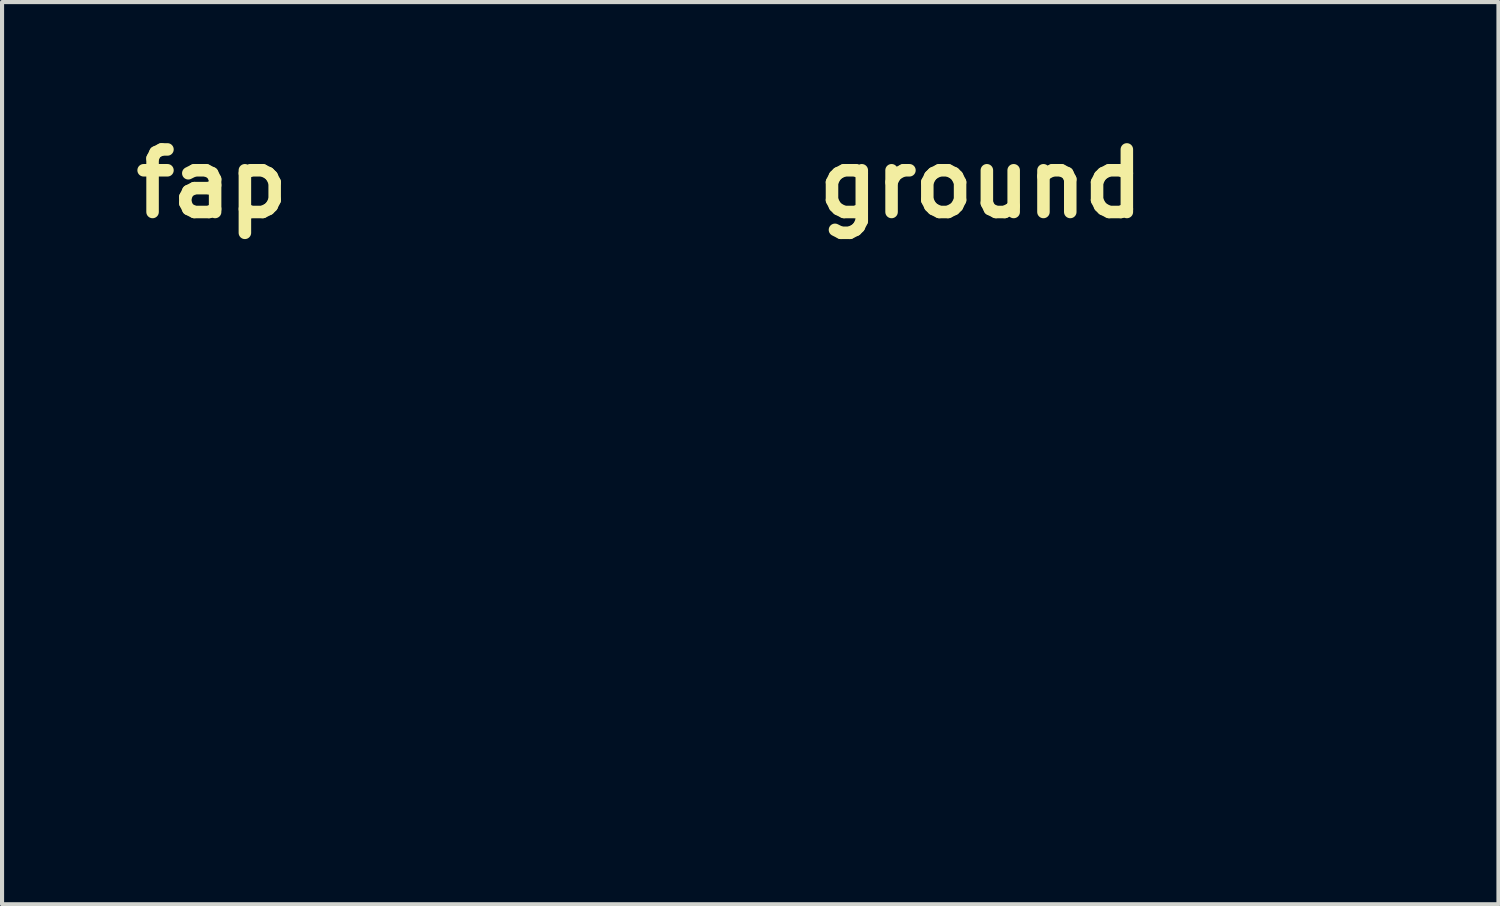
<source format=kicad_pcb>
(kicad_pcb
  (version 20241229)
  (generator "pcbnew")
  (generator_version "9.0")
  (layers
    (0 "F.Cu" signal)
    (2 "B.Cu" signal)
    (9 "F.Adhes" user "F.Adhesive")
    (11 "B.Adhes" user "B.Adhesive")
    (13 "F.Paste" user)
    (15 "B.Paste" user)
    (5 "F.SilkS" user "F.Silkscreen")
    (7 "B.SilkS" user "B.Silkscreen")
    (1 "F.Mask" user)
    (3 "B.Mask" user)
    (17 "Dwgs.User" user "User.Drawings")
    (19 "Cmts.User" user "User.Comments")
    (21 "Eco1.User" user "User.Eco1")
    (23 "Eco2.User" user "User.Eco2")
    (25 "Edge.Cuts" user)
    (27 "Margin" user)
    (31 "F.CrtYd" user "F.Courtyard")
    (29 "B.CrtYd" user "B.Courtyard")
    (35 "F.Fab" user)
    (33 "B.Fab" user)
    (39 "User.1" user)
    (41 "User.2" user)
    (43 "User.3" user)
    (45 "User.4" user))
  (footprint "fap"
    (layer "F.Cu")
    (at 2.119 4.474)
    (property "Reference" "fap" (at 0 -3.048 0) (layer "F.SilkS") (effects (font (size 1.524 1.524) (thickness 0.305))))
    (attr exclude_from_pos_files exclude_from_bom)
    (fp_poly (pts (xy 0 0) (xy 11.509 0) (xy 11.509 1.587) (xy 0 1.587) (xy 0 0)) (stroke (width 0) (type solid)) (fill yes) (layer "F.Mask"))
    (fp_poly (pts (xy 0 1.587) (xy 1.587 1.587) (xy 1.587 11.509) (xy 0 11.509) (xy 0 1.587)) (stroke (width 0) (type solid)) (fill yes) (layer "F.Mask"))
    (fp_poly (pts (xy 1.587 4.366) (xy 4.366 4.366) (xy 4.366 4.763) (xy 1.587 4.763) (xy 1.587 4.366)) (stroke (width 0) (type solid)) (fill yes) (layer "F.Mask"))
    (fp_poly (pts (xy 3.572 6.35) (xy 3.175 6.35) (xy 3.175 6.747) (xy 3.572 6.747) (xy 3.572 6.35)) (stroke (width 0) (type solid)) (fill yes) (layer "F.Mask"))
    (fp_poly (pts (xy 3.969 4.763) (xy 3.572 4.763) (xy 3.572 5.159) (xy 3.969 5.159) (xy 3.969 4.763)) (stroke (width 0) (type solid)) (fill yes) (layer "F.Mask"))
    (fp_poly (pts (xy 4.366 5.159) (xy 3.969 5.159) (xy 3.969 5.556) (xy 4.366 5.556) (xy 4.366 5.159)) (stroke (width 0) (type solid)) (fill yes) (layer "F.Mask"))
    (fp_poly (pts (xy 4.763 1.587) (xy 4.763 5.159) (xy 4.366 5.159) (xy 4.366 1.587) (xy 4.763 1.587)) (stroke (width 0) (type solid)) (fill yes) (layer "F.Mask"))
    (fp_poly (pts (xy 5.556 9.922) (xy 5.556 9.525) (xy 5.953 9.525) (xy 5.953 9.922) (xy 5.556 9.922)) (stroke (width 0) (type solid)) (fill yes) (layer "F.Mask"))
    (fp_poly (pts (xy 5.953 3.175) (xy 5.556 3.175) (xy 5.556 3.572) (xy 5.953 3.572) (xy 5.953 3.175)) (stroke (width 0) (type solid)) (fill yes) (layer "F.Mask"))
    (fp_poly (pts (xy 6.747 7.541) (xy 6.747 7.144) (xy 7.144 7.144) (xy 7.144 7.541) (xy 6.747 7.541)) (stroke (width 0) (type solid)) (fill yes) (layer "F.Mask"))
    (fp_poly (pts (xy 7.144 1.587) (xy 7.144 5.556) (xy 6.747 5.556) (xy 6.747 1.587) (xy 7.144 1.587)) (stroke (width 0) (type solid)) (fill yes) (layer "F.Mask"))
    (fp_poly (pts (xy 8.334 5.953) (xy 8.731 5.953) (xy 8.731 6.35) (xy 8.334 6.35) (xy 8.334 5.953)) (stroke (width 0) (type solid)) (fill yes) (layer "F.Mask"))
    (fp_poly (pts (xy 8.731 6.35) (xy 9.128 6.35) (xy 9.128 6.747) (xy 8.731 6.747) (xy 8.731 6.35)) (stroke (width 0) (type solid)) (fill yes) (layer "F.Mask"))
    (fp_poly (pts (xy 8.731 8.334) (xy 8.334 8.334) (xy 8.334 8.731) (xy 8.731 8.731) (xy 8.731 8.334)) (stroke (width 0) (type solid)) (fill yes) (layer "F.Mask"))
    (fp_poly (pts (xy 9.128 6.747) (xy 9.922 6.747) (xy 9.922 7.144) (xy 9.128 7.144) (xy 9.128 6.747)) (stroke (width 0) (type solid)) (fill yes) (layer "F.Mask"))
    (fp_poly (pts (xy 9.128 7.541) (xy 9.922 7.541) (xy 9.922 8.731) (xy 9.128 8.731) (xy 9.128 7.541)) (stroke (width 0) (type solid)) (fill yes) (layer "F.Mask"))
    (fp_poly (pts (xy 9.128 8.731) (xy 8.731 8.731) (xy 8.731 9.128) (xy 9.128 9.128) (xy 9.128 8.731)) (stroke (width 0) (type solid)) (fill yes) (layer "F.Mask"))
    (fp_poly (pts (xy 9.128 9.525) (xy 8.731 9.525) (xy 8.731 9.922) (xy 9.128 9.922) (xy 9.128 9.525)) (stroke (width 0) (type solid)) (fill yes) (layer "F.Mask"))
    (fp_poly (pts (xy 9.922 9.128) (xy 9.525 9.128) (xy 9.525 9.922) (xy 9.922 9.922) (xy 9.922 9.128)) (stroke (width 0) (type solid)) (fill yes) (layer "F.Mask"))
    (fp_poly (pts (xy 1.984 1.984) (xy 3.969 1.984) (xy 3.969 3.969) (xy 3.572 3.969) (xy 3.572 2.381) (xy 1.984 2.381) (xy 1.984 1.984)) (stroke (width 0) (type solid)) (fill yes) (layer "F.Mask"))
    (fp_poly (pts (xy 1.984 2.381) (xy 2.381 2.381) (xy 2.381 3.572) (xy 3.572 3.572) (xy 3.572 3.969) (xy 1.984 3.969) (xy 1.984 2.381)) (stroke (width 0) (type solid)) (fill yes) (layer "F.Mask"))
    (fp_poly (pts (xy 1.984 7.938) (xy 1.984 9.525) (xy 3.572 9.525) (xy 3.572 9.128) (xy 2.381 9.128) (xy 2.381 7.938) (xy 1.984 7.938)) (stroke (width 0) (type solid)) (fill yes) (layer "F.Mask"))
    (fp_poly (pts (xy 3.969 7.541) (xy 1.984 7.541) (xy 1.984 7.938) (xy 3.572 7.938) (xy 3.572 9.525) (xy 3.969 9.525) (xy 3.969 7.541)) (stroke (width 0) (type solid)) (fill yes) (layer "F.Mask"))
    (fp_poly (pts (xy 4.763 9.922) (xy 4.763 6.747) (xy 1.587 6.747) (xy 1.587 7.144) (xy 4.366 7.144) (xy 4.366 9.922) (xy 4.763 9.922)) (stroke (width 0) (type solid)) (fill yes) (layer "F.Mask"))
    (fp_poly (pts (xy 7.541 1.984) (xy 9.525 1.984) (xy 9.525 3.969) (xy 9.128 3.969) (xy 9.128 2.381) (xy 7.541 2.381) (xy 7.541 1.984)) (stroke (width 0) (type solid)) (fill yes) (layer "F.Mask"))
    (fp_poly (pts (xy 7.541 2.381) (xy 7.938 2.381) (xy 7.938 3.572) (xy 9.128 3.572) (xy 9.128 3.969) (xy 7.541 3.969) (xy 7.541 2.381)) (stroke (width 0) (type solid)) (fill yes) (layer "F.Mask"))
    (fp_poly (pts (xy 11.509 1.587) (xy 11.509 11.509) (xy 1.587 11.509) (xy 1.587 9.922) (xy 9.922 9.922) (xy 9.922 1.587) (xy 11.509 1.587)) (stroke (width 0) (type solid)) (fill yes) (layer "F.Mask"))
    (fp_poly (pts (xy 5.159 8.731) (xy 5.159 7.938) (xy 5.556 7.938) (xy 5.556 7.541) (xy 6.747 7.541) (xy 6.747 7.938) (xy 5.953 7.938) (xy 5.953 8.334) (xy 5.556 8.334) (xy 5.556 8.731) (xy 5.159 8.731)) (stroke (width 0) (type solid)) (fill yes) (layer "F.Mask"))
    (fp_poly (pts (xy 5.556 6.747) (xy 5.556 5.953) (xy 4.763 5.953) (xy 4.763 5.556) (xy 4.366 5.556) (xy 4.366 5.953) (xy 3.969 5.953) (xy 3.969 6.35) (xy 5.159 6.35) (xy 5.159 6.747) (xy 5.556 6.747)) (stroke (width 0) (type solid)) (fill yes) (layer "F.Mask"))
    (fp_poly (pts (xy 5.953 1.587) (xy 5.953 1.984) (xy 5.556 1.984) (xy 5.556 3.175) (xy 5.159 3.175) (xy 5.159 3.969) (xy 4.763 3.969) (xy 4.763 1.984) (xy 5.159 1.984) (xy 5.159 1.587) (xy 5.953 1.587)) (stroke (width 0) (type solid)) (fill yes) (layer "F.Mask"))
    (fp_poly (pts (xy 6.35 5.953) (xy 6.747 5.953) (xy 6.747 6.35) (xy 8.334 6.35) (xy 8.334 6.747) (xy 7.938 6.747) (xy 7.938 7.144) (xy 7.541 7.144) (xy 7.541 6.747) (xy 6.35 6.747) (xy 6.35 5.953)) (stroke (width 0) (type solid)) (fill yes) (layer "F.Mask"))
    (fp_poly (pts (xy 6.35 6.747) (xy 5.556 6.747) (xy 5.556 7.144) (xy 4.763 7.144) (xy 4.763 7.938) (xy 5.159 7.938) (xy 5.159 7.541) (xy 5.953 7.541) (xy 5.953 7.144) (xy 6.35 7.144) (xy 6.35 6.747)) (stroke (width 0) (type solid)) (fill yes) (layer "F.Mask"))
    (fp_poly (pts (xy 7.541 9.128) (xy 6.747 9.128) (xy 6.747 8.334) (xy 6.35 8.334) (xy 6.35 8.731) (xy 4.763 8.731) (xy 4.763 9.128) (xy 6.35 9.128) (xy 6.35 9.525) (xy 7.541 9.525) (xy 7.541 9.128)) (stroke (width 0) (type solid)) (fill yes) (layer "F.Mask"))
    (fp_poly (pts (xy 8.334 7.144) (xy 8.334 8.334) (xy 7.938 8.334) (xy 7.938 7.938) (xy 7.541 7.938) (xy 7.541 8.731) (xy 7.144 8.731) (xy 7.144 7.541) (xy 7.938 7.541) (xy 7.938 7.144) (xy 8.334 7.144)) (stroke (width 0) (type solid)) (fill yes) (layer "F.Mask"))
    (fp_poly (pts (xy 6.35 1.984) (xy 5.953 1.984) (xy 5.953 2.381) (xy 5.556 2.381) (xy 5.556 2.778) (xy 5.953 2.778) (xy 5.953 3.175) (xy 6.35 3.175) (xy 6.35 3.969) (xy 6.747 3.969) (xy 6.747 2.778) (xy 6.35 2.778) (xy 6.35 1.984)) (stroke (width 0) (type solid)) (fill yes) (layer "F.Mask"))
    (fp_poly (pts (xy 8.334 9.922) (xy 7.541 9.922) (xy 7.541 9.525) (xy 7.938 9.525) (xy 7.938 9.128) (xy 7.541 9.128) (xy 7.541 8.731) (xy 8.334 8.731) (xy 8.334 9.128) (xy 8.731 9.128) (xy 8.731 9.525) (xy 8.334 9.525) (xy 8.334 9.922)) (stroke (width 0) (type solid)) (fill yes) (layer "F.Mask"))
    (fp_poly (pts (xy 7.144 4.366) (xy 9.922 4.366) (xy 9.922 4.763) (xy 9.525 4.763) (xy 9.525 5.159) (xy 9.922 5.159) (xy 9.922 6.35) (xy 9.525 6.35) (xy 9.525 5.953) (xy 8.731 5.953) (xy 8.731 5.556) (xy 8.334 5.556) (xy 8.334 5.159) (xy 7.541 5.159) (xy 7.541 4.763) (xy 7.144 4.763) (xy 7.144 4.366)) (stroke (width 0) (type solid)) (fill yes) (layer "F.Mask"))
    (fp_poly (pts (xy 2.778 4.763) (xy 2.778 5.159) (xy 3.175 5.159) (xy 3.175 5.556) (xy 2.778 5.556) (xy 2.778 5.953) (xy 3.175 5.953) (xy 3.175 6.35) (xy 2.778 6.35) (xy 2.778 6.747) (xy 1.984 6.747) (xy 1.984 6.35) (xy 2.381 6.35) (xy 2.381 5.953) (xy 1.984 5.953) (xy 1.984 6.35) (xy 1.587 6.35) (xy 1.587 5.556) (xy 1.984 5.556) (xy 1.984 5.159) (xy 2.381 5.159) (xy 2.381 4.763) (xy 2.778 4.763)) (stroke (width 0) (type solid)) (fill yes) (layer "F.Mask"))
    (fp_poly (pts (xy 6.747 5.159) (xy 6.747 4.366) (xy 6.35 4.366) (xy 6.35 3.969) (xy 5.953 3.969) (xy 5.953 4.366) (xy 5.556 4.366) (xy 5.556 3.969) (xy 5.159 3.969) (xy 5.159 4.763) (xy 4.763 4.763) (xy 4.763 5.159) (xy 5.159 5.159) (xy 5.159 5.556) (xy 5.953 5.556) (xy 5.953 5.953) (xy 6.35 5.953) (xy 6.35 5.159) (xy 5.556 5.159) (xy 5.556 4.763) (xy 6.35 4.763) (xy 6.35 5.159) (xy 6.747 5.159)) (stroke (width 0) (type solid)) (fill yes) (layer "F.Mask")))
  (footprint "ground"
    (layer "F.Cu")
    (at 20.852 4.474)
    (property "Reference" "ground" (at 0 -3.048 0) (layer "F.SilkS") (effects (font (size 1.524 1.524) (thickness 0.305))))
    (attr exclude_from_pos_files exclude_from_bom)
    (fp_poly (pts (xy 9.422 4.805) (xy 9.333 5.706) (xy 9.071 6.572) (xy 8.644 7.37) (xy 8.07 8.07) (xy 7.37 8.644) (xy 6.572 9.071) (xy 5.706 9.333) (xy 4.805 9.422) (xy 3.905 9.333) (xy 3.039 9.071) (xy 2.241 8.644) (xy 1.541 8.07) (xy 0.967 7.37) (xy 0.54 6.572) (xy 0.278 5.706) (xy 0.189 4.805) (xy 0.278 3.905) (xy 0.54 3.039) (xy 0.967 2.241) (xy 1.541 1.541) (xy 2.241 0.967) (xy 3.039 0.54) (xy 3.905 0.278) (xy 4.805 0.189) (xy 5.706 0.278) (xy 6.572 0.54) (xy 7.37 0.967) (xy 8.07 1.541) (xy 8.644 2.241) (xy 9.071 3.039) (xy 9.333 3.905) (xy 9.422 4.805)) (stroke (width 0.378) (type solid)) (fill no) (layer "F.Mask")))
  (gr_rect
    (start -3 -3)
    (end 33.463 18.984)
    (stroke (width 0.1) (type default))
    (fill no)
    (layer "Edge.Cuts")))
</source>
